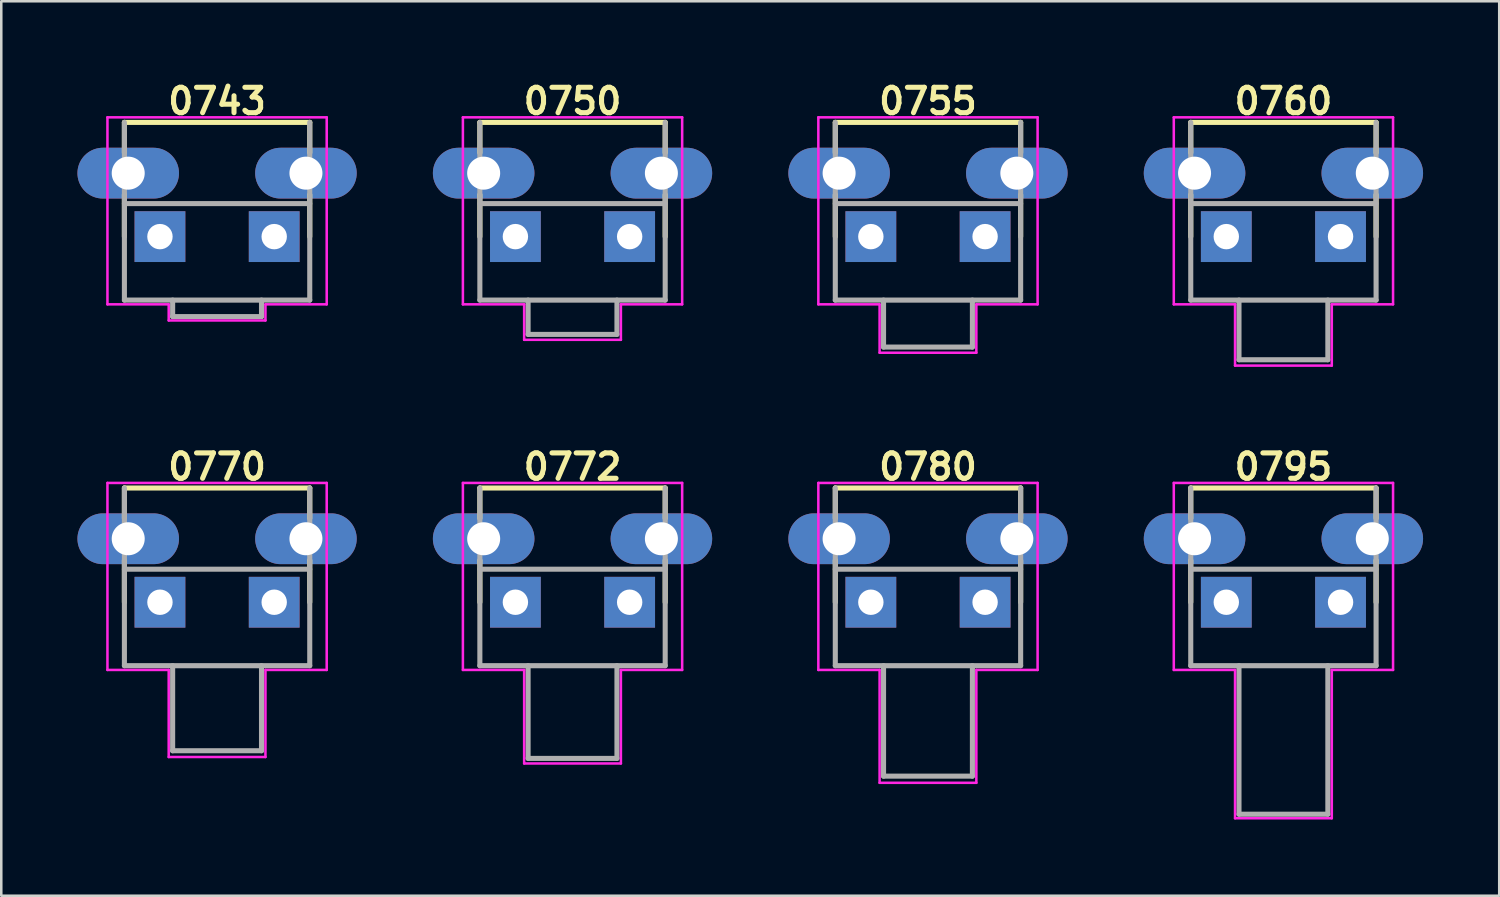
<source format=kicad_pcb>
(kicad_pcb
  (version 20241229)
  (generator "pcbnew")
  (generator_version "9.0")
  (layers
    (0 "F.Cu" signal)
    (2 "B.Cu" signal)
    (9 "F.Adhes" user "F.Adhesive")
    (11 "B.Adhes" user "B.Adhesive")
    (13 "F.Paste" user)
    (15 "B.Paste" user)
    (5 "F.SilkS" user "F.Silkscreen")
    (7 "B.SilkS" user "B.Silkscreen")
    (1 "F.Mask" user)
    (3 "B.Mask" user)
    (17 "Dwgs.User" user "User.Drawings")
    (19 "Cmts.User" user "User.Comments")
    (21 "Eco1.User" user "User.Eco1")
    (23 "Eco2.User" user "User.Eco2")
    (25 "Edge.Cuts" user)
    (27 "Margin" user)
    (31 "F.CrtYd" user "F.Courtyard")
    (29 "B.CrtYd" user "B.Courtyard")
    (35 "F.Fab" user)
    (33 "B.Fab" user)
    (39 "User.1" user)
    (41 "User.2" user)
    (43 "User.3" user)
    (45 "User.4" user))
  (footprint "0755"
    (layer "F.Cu")
    (at 33.5 6.27)
    (property "Reference" "0755" (at 0 -5.334 0) (layer "F.SilkS") (effects (font (size 1 1) (thickness 0.2))))
    (attr through_hole)
    (fp_line (start -3.65 -4.5) (end -3.65 -3.302) (stroke (width 0.2) (type solid)) (layer "F.SilkS"))
    (fp_line (start -3.65 -4.5) (end 3.65 -4.5) (stroke (width 0.2) (type solid)) (layer "F.SilkS"))
    (fp_line (start -3.65 -1.651) (end -3.65 0) (stroke (width 0.2) (type solid)) (layer "F.SilkS"))
    (fp_line (start 3.65 -4.5) (end 3.65 -3.302) (stroke (width 0.2) (type solid)) (layer "F.SilkS"))
    (fp_line (start 3.65 -1.651) (end 3.65 0) (stroke (width 0.2) (type solid)) (layer "F.SilkS"))
    (fp_line (start -4.318 -4.699) (end -4.318 2.667) (stroke (width 0.1) (type solid)) (layer "F.CrtYd"))
    (fp_line (start -4.318 -4.699) (end 4.318 -4.699) (stroke (width 0.1) (type solid)) (layer "F.CrtYd"))
    (fp_line (start -4.318 2.667) (end -1.905 2.667) (stroke (width 0.1) (type solid)) (layer "F.CrtYd"))
    (fp_line (start -1.905 2.667) (end -1.905 4.572) (stroke (width 0.1) (type solid)) (layer "F.CrtYd"))
    (fp_line (start -1.905 4.572) (end 1.905 4.572) (stroke (width 0.1) (type solid)) (layer "F.CrtYd"))
    (fp_line (start 1.905 2.667) (end 1.905 4.572) (stroke (width 0.1) (type solid)) (layer "F.CrtYd"))
    (fp_line (start 1.905 2.667) (end 4.318 2.667) (stroke (width 0.1) (type solid)) (layer "F.CrtYd"))
    (fp_line (start 4.318 -4.699) (end 4.318 2.667) (stroke (width 0.1) (type solid)) (layer "F.CrtYd"))
    (fp_line (start -3.65 -4.5) (end -3.65 2.5) (stroke (width 0.2) (type solid)) (layer "F.Fab"))
    (fp_line (start -3.65 -1.3) (end 3.65 -1.3) (stroke (width 0.2) (type solid)) (layer "F.Fab"))
    (fp_line (start -3.65 2.5) (end 3.65 2.5) (stroke (width 0.2) (type solid)) (layer "F.Fab"))
    (fp_line (start -1.75 2.5) (end -1.75 4.35) (stroke (width 0.2) (type solid)) (layer "F.Fab"))
    (fp_line (start -1.75 4.35) (end 1.75 4.35) (stroke (width 0.2) (type solid)) (layer "F.Fab"))
    (fp_line (start 1.75 2.5) (end 1.75 4.35) (stroke (width 0.2) (type solid)) (layer "F.Fab"))
    (fp_line (start 3.65 -4.5) (end 3.65 2.5) (stroke (width 0.2) (type solid)) (layer "F.Fab"))
    (pad "0" thru_hole oval (at -3.5 -2.5) (size 4 2) (drill 1.3) (layers "*.Mask" "B.Cu"))
    (pad "0" thru_hole oval (at 3.5 -2.5) (size 4 2) (drill 1.3) (layers "*.Mask" "B.Cu"))
    (pad "1COM" thru_hole rect (at 2.25 0) (size 2 2) (drill 1) (layers "*.Mask" "B.Cu"))
    (pad "1NO" thru_hole rect (at -2.25 0) (size 2 2) (drill 1) (layers "*.Mask" "B.Cu")))
  (footprint "0780"
    (layer "F.Cu")
    (at 33.5 20.67)
    (property "Reference" "0780" (at 0 -5.334 0) (layer "F.SilkS") (effects (font (size 1 1) (thickness 0.2))))
    (attr through_hole)
    (fp_line (start -3.65 -4.5) (end -3.65 -3.302) (stroke (width 0.2) (type solid)) (layer "F.SilkS"))
    (fp_line (start -3.65 -4.5) (end 3.65 -4.5) (stroke (width 0.2) (type solid)) (layer "F.SilkS"))
    (fp_line (start -3.65 -1.651) (end -3.65 0) (stroke (width 0.2) (type solid)) (layer "F.SilkS"))
    (fp_line (start 3.65 -4.5) (end 3.65 -3.302) (stroke (width 0.2) (type solid)) (layer "F.SilkS"))
    (fp_line (start 3.65 -1.651) (end 3.65 0) (stroke (width 0.2) (type solid)) (layer "F.SilkS"))
    (fp_line (start -4.318 -4.699) (end -4.318 2.667) (stroke (width 0.1) (type solid)) (layer "F.CrtYd"))
    (fp_line (start -4.318 -4.699) (end 4.318 -4.699) (stroke (width 0.1) (type solid)) (layer "F.CrtYd"))
    (fp_line (start -4.318 2.667) (end -1.905 2.667) (stroke (width 0.1) (type solid)) (layer "F.CrtYd"))
    (fp_line (start -1.905 2.667) (end -1.905 7.112) (stroke (width 0.1) (type solid)) (layer "F.CrtYd"))
    (fp_line (start -1.905 7.112) (end 1.905 7.112) (stroke (width 0.1) (type solid)) (layer "F.CrtYd"))
    (fp_line (start 1.905 2.667) (end 1.905 7.112) (stroke (width 0.1) (type solid)) (layer "F.CrtYd"))
    (fp_line (start 1.905 2.667) (end 4.318 2.667) (stroke (width 0.1) (type solid)) (layer "F.CrtYd"))
    (fp_line (start 4.318 -4.699) (end 4.318 2.667) (stroke (width 0.1) (type solid)) (layer "F.CrtYd"))
    (fp_line (start -3.65 -4.5) (end -3.65 2.5) (stroke (width 0.2) (type solid)) (layer "F.Fab"))
    (fp_line (start -3.65 -1.3) (end 3.65 -1.3) (stroke (width 0.2) (type solid)) (layer "F.Fab"))
    (fp_line (start -3.65 2.5) (end 3.65 2.5) (stroke (width 0.2) (type solid)) (layer "F.Fab"))
    (fp_line (start -1.75 2.5) (end -1.75 6.85) (stroke (width 0.2) (type solid)) (layer "F.Fab"))
    (fp_line (start -1.75 6.85) (end 1.75 6.85) (stroke (width 0.2) (type solid)) (layer "F.Fab"))
    (fp_line (start 1.75 2.5) (end 1.75 6.85) (stroke (width 0.2) (type solid)) (layer "F.Fab"))
    (fp_line (start 3.65 -4.5) (end 3.65 2.5) (stroke (width 0.2) (type solid)) (layer "F.Fab"))
    (pad "0" thru_hole oval (at -3.5 -2.5) (size 4 2) (drill 1.3) (layers "*.Mask" "B.Cu"))
    (pad "0" thru_hole oval (at 3.5 -2.5) (size 4 2) (drill 1.3) (layers "*.Mask" "B.Cu"))
    (pad "1COM" thru_hole rect (at 2.25 0) (size 2 2) (drill 1) (layers "*.Mask" "B.Cu"))
    (pad "1NO" thru_hole rect (at -2.25 0) (size 2 2) (drill 1) (layers "*.Mask" "B.Cu")))
  (footprint "0772"
    (layer "F.Cu")
    (at 19.5 20.67)
    (property "Reference" "0772" (at 0 -5.334 0) (layer "F.SilkS") (effects (font (size 1 1) (thickness 0.2))))
    (attr through_hole)
    (fp_line (start -3.65 -4.5) (end -3.65 -3.302) (stroke (width 0.2) (type solid)) (layer "F.SilkS"))
    (fp_line (start -3.65 -4.5) (end 3.65 -4.5) (stroke (width 0.2) (type solid)) (layer "F.SilkS"))
    (fp_line (start -3.65 -1.651) (end -3.65 0) (stroke (width 0.2) (type solid)) (layer "F.SilkS"))
    (fp_line (start 3.65 -4.5) (end 3.65 -3.302) (stroke (width 0.2) (type solid)) (layer "F.SilkS"))
    (fp_line (start 3.65 -1.651) (end 3.65 0) (stroke (width 0.2) (type solid)) (layer "F.SilkS"))
    (fp_line (start -4.318 -4.699) (end -4.318 2.667) (stroke (width 0.1) (type solid)) (layer "F.CrtYd"))
    (fp_line (start -4.318 -4.699) (end 4.318 -4.699) (stroke (width 0.1) (type solid)) (layer "F.CrtYd"))
    (fp_line (start -4.318 2.667) (end -1.905 2.667) (stroke (width 0.1) (type solid)) (layer "F.CrtYd"))
    (fp_line (start -1.905 2.667) (end -1.905 6.35) (stroke (width 0.1) (type solid)) (layer "F.CrtYd"))
    (fp_line (start -1.905 6.35) (end 1.905 6.35) (stroke (width 0.1) (type solid)) (layer "F.CrtYd"))
    (fp_line (start 1.905 2.667) (end 1.905 6.35) (stroke (width 0.1) (type solid)) (layer "F.CrtYd"))
    (fp_line (start 1.905 2.667) (end 4.318 2.667) (stroke (width 0.1) (type solid)) (layer "F.CrtYd"))
    (fp_line (start 4.318 -4.699) (end 4.318 2.667) (stroke (width 0.1) (type solid)) (layer "F.CrtYd"))
    (fp_line (start -3.65 -4.5) (end -3.65 2.5) (stroke (width 0.2) (type solid)) (layer "F.Fab"))
    (fp_line (start -3.65 -1.3) (end 3.65 -1.3) (stroke (width 0.2) (type solid)) (layer "F.Fab"))
    (fp_line (start -3.65 2.5) (end 3.65 2.5) (stroke (width 0.2) (type solid)) (layer "F.Fab"))
    (fp_line (start -1.75 2.5) (end -1.75 6.15) (stroke (width 0.2) (type solid)) (layer "F.Fab"))
    (fp_line (start -1.75 6.15) (end 1.75 6.15) (stroke (width 0.2) (type solid)) (layer "F.Fab"))
    (fp_line (start 1.75 2.5) (end 1.75 6.15) (stroke (width 0.2) (type solid)) (layer "F.Fab"))
    (fp_line (start 3.65 -4.5) (end 3.65 2.5) (stroke (width 0.2) (type solid)) (layer "F.Fab"))
    (pad "0" thru_hole oval (at -3.5 -2.5) (size 4 2) (drill 1.3) (layers "B.Cu" "B.Mask"))
    (pad "0" thru_hole oval (at 3.5 -2.5) (size 4 2) (drill 1.3) (layers "B.Cu" "B.Mask"))
    (pad "1COM" thru_hole rect (at 2.25 0) (size 2 2) (drill 1) (layers "B.Cu" "B.Mask"))
    (pad "1NO" thru_hole rect (at -2.25 0) (size 2 2) (drill 1) (layers "B.Cu" "B.Mask")))
  (footprint "0795"
    (layer "F.Cu")
    (at 47.5 20.67)
    (property "Reference" "0795" (at 0 -5.334 0) (layer "F.SilkS") (effects (font (size 1 1) (thickness 0.2))))
    (attr through_hole)
    (fp_line (start -3.65 -4.5) (end -3.65 -3.302) (stroke (width 0.2) (type solid)) (layer "F.SilkS"))
    (fp_line (start -3.65 -4.5) (end 3.65 -4.5) (stroke (width 0.2) (type solid)) (layer "F.SilkS"))
    (fp_line (start -3.65 -1.651) (end -3.65 0) (stroke (width 0.2) (type solid)) (layer "F.SilkS"))
    (fp_line (start 3.65 -4.5) (end 3.65 -3.302) (stroke (width 0.2) (type solid)) (layer "F.SilkS"))
    (fp_line (start 3.65 -1.651) (end 3.65 0) (stroke (width 0.2) (type solid)) (layer "F.SilkS"))
    (fp_line (start -4.318 -4.699) (end -4.318 2.667) (stroke (width 0.1) (type solid)) (layer "F.CrtYd"))
    (fp_line (start -4.318 -4.699) (end 4.318 -4.699) (stroke (width 0.1) (type solid)) (layer "F.CrtYd"))
    (fp_line (start -4.318 2.667) (end -1.905 2.667) (stroke (width 0.1) (type solid)) (layer "F.CrtYd"))
    (fp_line (start -1.905 2.667) (end -1.905 8.509) (stroke (width 0.1) (type solid)) (layer "F.CrtYd"))
    (fp_line (start -1.905 8.509) (end 1.905 8.509) (stroke (width 0.1) (type solid)) (layer "F.CrtYd"))
    (fp_line (start 1.905 2.667) (end 1.905 8.509) (stroke (width 0.1) (type solid)) (layer "F.CrtYd"))
    (fp_line (start 1.905 2.667) (end 4.318 2.667) (stroke (width 0.1) (type solid)) (layer "F.CrtYd"))
    (fp_line (start 4.318 -4.699) (end 4.318 2.667) (stroke (width 0.1) (type solid)) (layer "F.CrtYd"))
    (fp_line (start -3.65 -4.5) (end -3.65 2.5) (stroke (width 0.2) (type solid)) (layer "F.Fab"))
    (fp_line (start -3.65 -1.3) (end 3.65 -1.3) (stroke (width 0.2) (type solid)) (layer "F.Fab"))
    (fp_line (start -3.65 2.5) (end 3.65 2.5) (stroke (width 0.2) (type solid)) (layer "F.Fab"))
    (fp_line (start -1.75 2.5) (end -1.75 8.35) (stroke (width 0.2) (type solid)) (layer "F.Fab"))
    (fp_line (start -1.75 8.35) (end 1.75 8.35) (stroke (width 0.2) (type solid)) (layer "F.Fab"))
    (fp_line (start 1.75 2.5) (end 1.75 8.35) (stroke (width 0.2) (type solid)) (layer "F.Fab"))
    (fp_line (start 3.65 -4.5) (end 3.65 2.5) (stroke (width 0.2) (type solid)) (layer "F.Fab"))
    (pad "0" thru_hole oval (at -3.5 -2.5) (size 4 2) (drill 1.3) (layers "*.Mask" "B.Cu"))
    (pad "0" thru_hole oval (at 3.5 -2.5) (size 4 2) (drill 1.3) (layers "*.Mask" "B.Cu"))
    (pad "1COM" thru_hole rect (at 2.25 0) (size 2 2) (drill 1) (layers "*.Mask" "B.Cu"))
    (pad "1NO" thru_hole rect (at -2.25 0) (size 2 2) (drill 1) (layers "*.Mask" "B.Cu")))
  (footprint "0760"
    (layer "F.Cu")
    (at 47.5 6.27)
    (property "Reference" "0760" (at 0 -5.334 0) (layer "F.SilkS") (effects (font (size 1 1) (thickness 0.2))))
    (attr through_hole)
    (fp_line (start -3.65 -4.5) (end -3.65 -3.302) (stroke (width 0.2) (type solid)) (layer "F.SilkS"))
    (fp_line (start -3.65 -4.5) (end 3.65 -4.5) (stroke (width 0.2) (type solid)) (layer "F.SilkS"))
    (fp_line (start -3.65 -1.651) (end -3.65 0) (stroke (width 0.2) (type solid)) (layer "F.SilkS"))
    (fp_line (start 3.65 -4.5) (end 3.65 -3.302) (stroke (width 0.2) (type solid)) (layer "F.SilkS"))
    (fp_line (start 3.65 -1.651) (end 3.65 0) (stroke (width 0.2) (type solid)) (layer "F.SilkS"))
    (fp_line (start -4.318 -4.699) (end -4.318 2.667) (stroke (width 0.1) (type solid)) (layer "F.CrtYd"))
    (fp_line (start -4.318 -4.699) (end 4.318 -4.699) (stroke (width 0.1) (type solid)) (layer "F.CrtYd"))
    (fp_line (start -4.318 2.667) (end -1.905 2.667) (stroke (width 0.1) (type solid)) (layer "F.CrtYd"))
    (fp_line (start -1.905 2.667) (end -1.905 5.08) (stroke (width 0.1) (type solid)) (layer "F.CrtYd"))
    (fp_line (start -1.905 5.08) (end 1.905 5.08) (stroke (width 0.1) (type solid)) (layer "F.CrtYd"))
    (fp_line (start 1.905 2.667) (end 1.905 5.08) (stroke (width 0.1) (type solid)) (layer "F.CrtYd"))
    (fp_line (start 1.905 2.667) (end 4.318 2.667) (stroke (width 0.1) (type solid)) (layer "F.CrtYd"))
    (fp_line (start 4.318 -4.699) (end 4.318 2.667) (stroke (width 0.1) (type solid)) (layer "F.CrtYd"))
    (fp_line (start -3.65 -4.5) (end -3.65 2.5) (stroke (width 0.2) (type solid)) (layer "F.Fab"))
    (fp_line (start -3.65 -1.3) (end 3.65 -1.3) (stroke (width 0.2) (type solid)) (layer "F.Fab"))
    (fp_line (start -3.65 2.5) (end 3.65 2.5) (stroke (width 0.2) (type solid)) (layer "F.Fab"))
    (fp_line (start -1.75 2.5) (end -1.75 4.85) (stroke (width 0.2) (type solid)) (layer "F.Fab"))
    (fp_line (start -1.75 4.85) (end 1.75 4.85) (stroke (width 0.2) (type solid)) (layer "F.Fab"))
    (fp_line (start 1.75 2.5) (end 1.75 4.85) (stroke (width 0.2) (type solid)) (layer "F.Fab"))
    (fp_line (start 3.65 -4.5) (end 3.65 2.5) (stroke (width 0.2) (type solid)) (layer "F.Fab"))
    (pad "0" thru_hole oval (at -3.5 -2.5) (size 4 2) (drill 1.3) (layers "*.Mask" "B.Cu"))
    (pad "0" thru_hole oval (at 3.5 -2.5) (size 4 2) (drill 1.3) (layers "*.Mask" "B.Cu"))
    (pad "1COM" thru_hole rect (at 2.25 0) (size 2 2) (drill 1) (layers "*.Mask" "B.Cu"))
    (pad "1NO" thru_hole rect (at -2.25 0) (size 2 2) (drill 1) (layers "*.Mask" "B.Cu")))
  (footprint "0770"
    (layer "F.Cu")
    (at 5.5 20.67)
    (property "Reference" "0770" (at 0 -5.334 0) (layer "F.SilkS") (effects (font (size 1 1) (thickness 0.2))))
    (attr through_hole)
    (fp_line (start -3.65 -4.5) (end -3.65 -3.302) (stroke (width 0.2) (type solid)) (layer "F.SilkS"))
    (fp_line (start -3.65 -4.5) (end 3.65 -4.5) (stroke (width 0.2) (type solid)) (layer "F.SilkS"))
    (fp_line (start -3.65 -1.651) (end -3.65 0) (stroke (width 0.2) (type solid)) (layer "F.SilkS"))
    (fp_line (start 3.65 -4.5) (end 3.65 -3.302) (stroke (width 0.2) (type solid)) (layer "F.SilkS"))
    (fp_line (start 3.65 -1.651) (end 3.65 0) (stroke (width 0.2) (type solid)) (layer "F.SilkS"))
    (fp_line (start -4.318 -4.699) (end -4.318 2.667) (stroke (width 0.1) (type solid)) (layer "F.CrtYd"))
    (fp_line (start -4.318 -4.699) (end 4.318 -4.699) (stroke (width 0.1) (type solid)) (layer "F.CrtYd"))
    (fp_line (start -4.318 2.667) (end -1.905 2.667) (stroke (width 0.1) (type solid)) (layer "F.CrtYd"))
    (fp_line (start -1.905 2.667) (end -1.905 6.096) (stroke (width 0.1) (type solid)) (layer "F.CrtYd"))
    (fp_line (start -1.905 6.096) (end 1.905 6.096) (stroke (width 0.1) (type solid)) (layer "F.CrtYd"))
    (fp_line (start 1.905 2.667) (end 1.905 6.096) (stroke (width 0.1) (type solid)) (layer "F.CrtYd"))
    (fp_line (start 1.905 2.667) (end 4.318 2.667) (stroke (width 0.1) (type solid)) (layer "F.CrtYd"))
    (fp_line (start 4.318 -4.699) (end 4.318 2.667) (stroke (width 0.1) (type solid)) (layer "F.CrtYd"))
    (fp_line (start -3.65 -4.5) (end -3.65 2.5) (stroke (width 0.2) (type solid)) (layer "F.Fab"))
    (fp_line (start -3.65 -1.3) (end 3.65 -1.3) (stroke (width 0.2) (type solid)) (layer "F.Fab"))
    (fp_line (start -3.65 2.5) (end 3.65 2.5) (stroke (width 0.2) (type solid)) (layer "F.Fab"))
    (fp_line (start -1.75 2.5) (end -1.75 5.85) (stroke (width 0.2) (type solid)) (layer "F.Fab"))
    (fp_line (start -1.75 5.85) (end 1.75 5.85) (stroke (width 0.2) (type solid)) (layer "F.Fab"))
    (fp_line (start 1.75 2.5) (end 1.75 5.85) (stroke (width 0.2) (type solid)) (layer "F.Fab"))
    (fp_line (start 3.65 -4.5) (end 3.65 2.5) (stroke (width 0.2) (type solid)) (layer "F.Fab"))
    (pad "0" thru_hole oval (at -3.5 -2.5) (size 4 2) (drill 1.3) (layers "B.Cu" "B.Mask"))
    (pad "0" thru_hole oval (at 3.5 -2.5) (size 4 2) (drill 1.3) (layers "B.Cu" "B.Mask"))
    (pad "1COM" thru_hole rect (at 2.25 0) (size 2 2) (drill 1) (layers "B.Cu" "B.Mask"))
    (pad "1NO" thru_hole rect (at -2.25 0) (size 2 2) (drill 1) (layers "B.Cu" "B.Mask")))
  (footprint "0750"
    (layer "F.Cu")
    (at 19.5 6.27)
    (property "Reference" "0750" (at 0 -5.334 0) (layer "F.SilkS") (effects (font (size 1 1) (thickness 0.2))))
    (attr through_hole)
    (fp_line (start -3.65 -4.5) (end -3.65 -3.302) (stroke (width 0.2) (type solid)) (layer "F.SilkS"))
    (fp_line (start -3.65 -4.5) (end 3.65 -4.5) (stroke (width 0.2) (type solid)) (layer "F.SilkS"))
    (fp_line (start -3.65 -1.651) (end -3.65 0) (stroke (width 0.2) (type solid)) (layer "F.SilkS"))
    (fp_line (start 3.65 -4.5) (end 3.65 -3.302) (stroke (width 0.2) (type solid)) (layer "F.SilkS"))
    (fp_line (start 3.65 -1.651) (end 3.65 0) (stroke (width 0.2) (type solid)) (layer "F.SilkS"))
    (fp_line (start -4.318 -4.699) (end -4.318 2.667) (stroke (width 0.1) (type solid)) (layer "F.CrtYd"))
    (fp_line (start -4.318 -4.699) (end 4.318 -4.699) (stroke (width 0.1) (type solid)) (layer "F.CrtYd"))
    (fp_line (start -4.318 2.667) (end -1.905 2.667) (stroke (width 0.1) (type solid)) (layer "F.CrtYd"))
    (fp_line (start -1.905 2.667) (end -1.905 4.064) (stroke (width 0.1) (type solid)) (layer "F.CrtYd"))
    (fp_line (start -1.905 4.064) (end 1.905 4.064) (stroke (width 0.1) (type solid)) (layer "F.CrtYd"))
    (fp_line (start 1.905 2.667) (end 1.905 4.064) (stroke (width 0.1) (type solid)) (layer "F.CrtYd"))
    (fp_line (start 1.905 2.667) (end 4.318 2.667) (stroke (width 0.1) (type solid)) (layer "F.CrtYd"))
    (fp_line (start 4.318 -4.699) (end 4.318 2.667) (stroke (width 0.1) (type solid)) (layer "F.CrtYd"))
    (fp_line (start -3.65 -4.5) (end -3.65 2.5) (stroke (width 0.2) (type solid)) (layer "F.Fab"))
    (fp_line (start -3.65 -1.3) (end 3.65 -1.3) (stroke (width 0.2) (type solid)) (layer "F.Fab"))
    (fp_line (start -3.65 2.5) (end 3.65 2.5) (stroke (width 0.2) (type solid)) (layer "F.Fab"))
    (fp_line (start -1.75 2.5) (end -1.75 3.85) (stroke (width 0.2) (type solid)) (layer "F.Fab"))
    (fp_line (start -1.75 3.85) (end 1.75 3.85) (stroke (width 0.2) (type solid)) (layer "F.Fab"))
    (fp_line (start 1.75 2.5) (end 1.75 3.85) (stroke (width 0.2) (type solid)) (layer "F.Fab"))
    (fp_line (start 3.65 -4.5) (end 3.65 2.5) (stroke (width 0.2) (type solid)) (layer "F.Fab"))
    (pad "0" thru_hole oval (at -3.5 -2.5) (size 4 2) (drill 1.3) (layers "B.Cu" "B.Mask"))
    (pad "0" thru_hole oval (at 3.5 -2.5) (size 4 2) (drill 1.3) (layers "B.Cu" "B.Mask"))
    (pad "1COM" thru_hole rect (at 2.25 0) (size 2 2) (drill 1) (layers "B.Cu" "B.Mask"))
    (pad "1NO" thru_hole rect (at -2.25 0) (size 2 2) (drill 1) (layers "B.Cu" "B.Mask")))
  (footprint "0743"
    (layer "F.Cu")
    (at 5.5 6.27)
    (property "Reference" "0743" (at 0 -5.334 0) (layer "F.SilkS") (effects (font (size 1 1) (thickness 0.2))))
    (attr through_hole)
    (fp_line (start -3.65 -4.5) (end -3.65 -3.302) (stroke (width 0.2) (type solid)) (layer "F.SilkS"))
    (fp_line (start -3.65 -4.5) (end 3.65 -4.5) (stroke (width 0.2) (type solid)) (layer "F.SilkS"))
    (fp_line (start -3.65 -1.651) (end -3.65 0) (stroke (width 0.2) (type solid)) (layer "F.SilkS"))
    (fp_line (start 3.65 -4.5) (end 3.65 -3.302) (stroke (width 0.2) (type solid)) (layer "F.SilkS"))
    (fp_line (start 3.65 -1.651) (end 3.65 0) (stroke (width 0.2) (type solid)) (layer "F.SilkS"))
    (fp_line (start -4.318 -4.699) (end -4.318 2.667) (stroke (width 0.1) (type solid)) (layer "F.CrtYd"))
    (fp_line (start -4.318 -4.699) (end 4.318 -4.699) (stroke (width 0.1) (type solid)) (layer "F.CrtYd"))
    (fp_line (start -4.318 2.667) (end -1.905 2.667) (stroke (width 0.1) (type solid)) (layer "F.CrtYd"))
    (fp_line (start -1.905 2.667) (end -1.905 3.302) (stroke (width 0.1) (type solid)) (layer "F.CrtYd"))
    (fp_line (start -1.905 3.302) (end 1.905 3.302) (stroke (width 0.1) (type solid)) (layer "F.CrtYd"))
    (fp_line (start 1.905 2.667) (end 1.905 3.302) (stroke (width 0.1) (type solid)) (layer "F.CrtYd"))
    (fp_line (start 1.905 2.667) (end 4.318 2.667) (stroke (width 0.1) (type solid)) (layer "F.CrtYd"))
    (fp_line (start 4.318 -4.699) (end 4.318 2.667) (stroke (width 0.1) (type solid)) (layer "F.CrtYd"))
    (fp_line (start -3.65 -4.5) (end -3.65 2.5) (stroke (width 0.2) (type solid)) (layer "F.Fab"))
    (fp_line (start -3.65 -1.3) (end 3.65 -1.3) (stroke (width 0.2) (type solid)) (layer "F.Fab"))
    (fp_line (start -3.65 2.5) (end 3.65 2.5) (stroke (width 0.2) (type solid)) (layer "F.Fab"))
    (fp_line (start -1.75 2.5) (end -1.75 3.15) (stroke (width 0.2) (type solid)) (layer "F.Fab"))
    (fp_line (start -1.75 3.15) (end 1.75 3.15) (stroke (width 0.2) (type solid)) (layer "F.Fab"))
    (fp_line (start 1.75 2.5) (end 1.75 3.15) (stroke (width 0.2) (type solid)) (layer "F.Fab"))
    (fp_line (start 3.65 -4.5) (end 3.65 2.5) (stroke (width 0.2) (type solid)) (layer "F.Fab"))
    (pad "0" thru_hole oval (at -3.5 -2.5) (size 4 2) (drill 1.3) (layers "*.Mask" "B.Cu"))
    (pad "0" thru_hole oval (at 3.5 -2.5) (size 4 2) (drill 1.3) (layers "*.Mask" "B.Cu"))
    (pad "1COM" thru_hole rect (at 2.25 0) (size 2 2) (drill 1) (layers "*.Mask" "B.Cu"))
    (pad "1NO" thru_hole rect (at -2.25 0) (size 2 2) (drill 1) (layers "*.Mask" "B.Cu")))
  (gr_rect
    (start -3 -3)
    (end 56 32.229)
    (stroke (width 0.1) (type default))
    (fill no)
    (layer "Edge.Cuts")))
</source>
